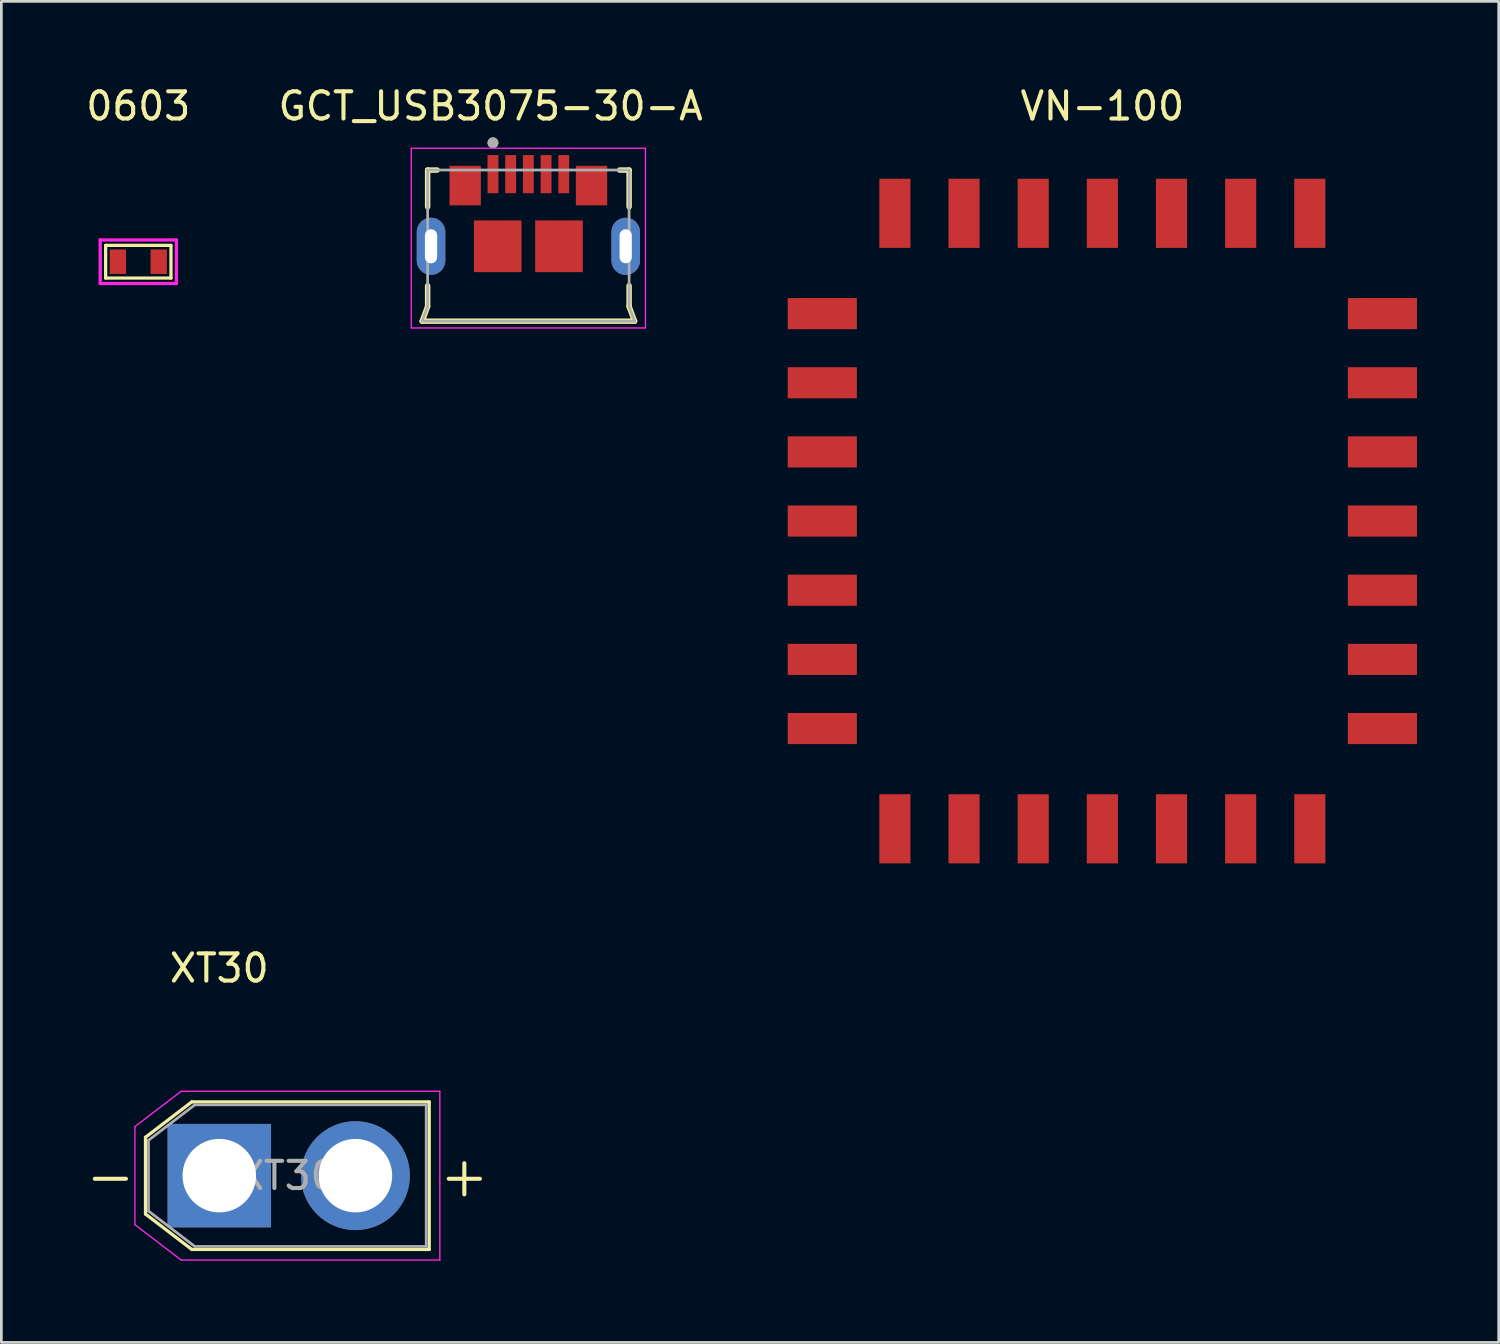
<source format=kicad_pcb>
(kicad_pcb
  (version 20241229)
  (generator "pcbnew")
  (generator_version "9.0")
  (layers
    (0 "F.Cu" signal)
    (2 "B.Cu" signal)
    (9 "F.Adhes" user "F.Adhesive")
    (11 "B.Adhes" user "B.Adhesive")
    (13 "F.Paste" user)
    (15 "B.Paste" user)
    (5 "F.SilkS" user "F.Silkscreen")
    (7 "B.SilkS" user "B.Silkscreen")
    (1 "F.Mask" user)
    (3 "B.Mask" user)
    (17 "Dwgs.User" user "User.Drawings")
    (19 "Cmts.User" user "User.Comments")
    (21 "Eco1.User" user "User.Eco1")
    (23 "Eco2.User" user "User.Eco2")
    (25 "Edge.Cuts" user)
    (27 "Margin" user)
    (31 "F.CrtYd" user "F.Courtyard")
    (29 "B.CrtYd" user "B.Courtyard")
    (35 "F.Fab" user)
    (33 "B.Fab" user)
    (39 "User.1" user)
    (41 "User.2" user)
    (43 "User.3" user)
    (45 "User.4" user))
  (footprint "XT30"
    (layer "F.Cu")
    (at 5.004 40.13)
    (property "Reference" "XT30" (at 0 -7.62 0) (layer "F.SilkS") (effects (font (size 1 1) (thickness 0.15))))
    (attr through_hole)
    (fp_line (start -2.71 -1.41) (end -2.71 1.41) (stroke (width 0.12) (type solid)) (layer "F.SilkS"))
    (fp_line (start -2.71 -1.41) (end -1.01 -2.71) (stroke (width 0.12) (type solid)) (layer "F.SilkS"))
    (fp_line (start -2.71 1.41) (end -1.01 2.71) (stroke (width 0.12) (type solid)) (layer "F.SilkS"))
    (fp_line (start -1.01 -2.71) (end 7.71 -2.71) (stroke (width 0.12) (type solid)) (layer "F.SilkS"))
    (fp_line (start -1.01 2.71) (end 7.71 2.71) (stroke (width 0.12) (type solid)) (layer "F.SilkS"))
    (fp_line (start 7.71 -2.71) (end 7.71 2.71) (stroke (width 0.12) (type solid)) (layer "F.SilkS"))
    (fp_line (start -3.1 -1.8) (end -3.1 1.8) (stroke (width 0.05) (type solid)) (layer "F.CrtYd"))
    (fp_line (start -3.1 -1.8) (end -1.4 -3.1) (stroke (width 0.05) (type solid)) (layer "F.CrtYd"))
    (fp_line (start -3.1 1.8) (end -1.4 3.1) (stroke (width 0.05) (type solid)) (layer "F.CrtYd"))
    (fp_line (start -1.4 -3.1) (end 8.1 -3.1) (stroke (width 0.05) (type solid)) (layer "F.CrtYd"))
    (fp_line (start -1.4 3.1) (end 8.1 3.1) (stroke (width 0.05) (type solid)) (layer "F.CrtYd"))
    (fp_line (start 8.1 -3.1) (end 8.1 3.1) (stroke (width 0.05) (type solid)) (layer "F.CrtYd"))
    (fp_line (start -2.6 -1.3) (end -2.6 1.3) (stroke (width 0.1) (type solid)) (layer "F.Fab"))
    (fp_line (start -2.6 -1.3) (end -0.9 -2.6) (stroke (width 0.1) (type solid)) (layer "F.Fab"))
    (fp_line (start -2.6 1.3) (end -0.9 2.6) (stroke (width 0.1) (type solid)) (layer "F.Fab"))
    (fp_line (start -0.9 -2.6) (end 7.6 -2.6) (stroke (width 0.1) (type solid)) (layer "F.Fab"))
    (fp_line (start -0.9 2.6) (end 7.6 2.6) (stroke (width 0.1) (type solid)) (layer "F.Fab"))
    (fp_line (start 7.6 -2.6) (end 7.6 2.6) (stroke (width 0.1) (type solid)) (layer "F.Fab"))
    (fp_text user "+" (at 9 0 0) (layer "F.SilkS") (effects (font (size 1.5 1.5) (thickness 0.15))))
    (fp_text user "-" (at -4 0 0) (layer "F.SilkS") (effects (font (size 1.5 1.5) (thickness 0.15))))
    (fp_text user "${REFERENCE}" (at 2.5 0 0) (layer "F.Fab") (effects (font (size 1 1) (thickness 0.15))))
    (pad "1" thru_hole rect (at 0 0) (size 3.8 3.8) (drill 2.7) (layers "*.Cu" "*.Mask"))
    (pad "2" thru_hole circle (at 5 0) (size 4 4) (drill 2.7) (layers "*.Cu" "*.Mask")))
  (footprint "GCT_USB3075-30-A"
    (layer "F.Cu")
    (at 15.056 3.346)
    (property "Reference" "GCT_USB3075-30-A" (at -0.086 -2.498 0) (layer "F.SilkS") (effects (font (size 1 1) (thickness 0.15))))
    (attr through_hole)
    (fp_line (start -2.6 5.4) (end -2.4 4.86) (stroke (width 0.2) (type solid)) (layer "F.SilkS"))
    (fp_line (start -2.6 5.4) (end 5.2 5.4) (stroke (width 0.2) (type solid)) (layer "F.SilkS"))
    (fp_line (start -2.4 -0.15) (end -2.05 -0.15) (stroke (width 0.2) (type solid)) (layer "F.SilkS"))
    (fp_line (start -2.4 1.2) (end -2.4 -0.15) (stroke (width 0.2) (type solid)) (layer "F.SilkS"))
    (fp_line (start -2.4 4.86) (end -2.4 4.1) (stroke (width 0.2) (type solid)) (layer "F.SilkS"))
    (fp_line (start 4.65 -0.15) (end 5 -0.15) (stroke (width 0.2) (type solid)) (layer "F.SilkS"))
    (fp_line (start 5 1.2) (end 5 -0.15) (stroke (width 0.2) (type solid)) (layer "F.SilkS"))
    (fp_line (start 5 4.86) (end 5 4.1) (stroke (width 0.2) (type solid)) (layer "F.SilkS"))
    (fp_line (start 5 4.86) (end 5.2 5.4) (stroke (width 0.2) (type solid)) (layer "F.SilkS"))
    (fp_circle (center 0 -1.15) (end 0.1 -1.15) (stroke (width 0.2) (type solid)) (fill no) (layer "F.SilkS"))
    (fp_line (start -3 -0.95) (end 5.6 -0.95) (stroke (width 0.05) (type solid)) (layer "F.CrtYd"))
    (fp_line (start -3 5.65) (end -3 -0.95) (stroke (width 0.05) (type solid)) (layer "F.CrtYd"))
    (fp_line (start -3 5.65) (end 5.6 5.65) (stroke (width 0.05) (type solid)) (layer "F.CrtYd"))
    (fp_line (start 5.6 5.65) (end 5.6 -0.95) (stroke (width 0.05) (type solid)) (layer "F.CrtYd"))
    (fp_line (start -2.6 5.4) (end -2.4 4.86) (stroke (width 0.1) (type solid)) (layer "F.Fab"))
    (fp_line (start -2.6 5.4) (end 5.2 5.4) (stroke (width 0.1) (type solid)) (layer "F.Fab"))
    (fp_line (start -2.4 -0.15) (end 5 -0.15) (stroke (width 0.1) (type solid)) (layer "F.Fab"))
    (fp_line (start -2.4 4.86) (end -2.4 -0.15) (stroke (width 0.1) (type solid)) (layer "F.Fab"))
    (fp_line (start 5 4.86) (end 5 -0.15) (stroke (width 0.1) (type solid)) (layer "F.Fab"))
    (fp_line (start 5 4.86) (end 5.2 5.4) (stroke (width 0.1) (type solid)) (layer "F.Fab"))
    (fp_circle (center 0 -1.15) (end 0.1 -1.15) (stroke (width 0.2) (type solid)) (fill no) (layer "F.Fab"))
    (pad "1" smd rect (at 0 0) (size 0.4 1.4) (layers "F.Cu" "F.Mask" "F.Paste"))
    (pad "2" smd rect (at 0.65 0) (size 0.4 1.4) (layers "F.Cu" "F.Mask" "F.Paste"))
    (pad "3" smd rect (at 1.3 0) (size 0.4 1.4) (layers "F.Cu" "F.Mask" "F.Paste"))
    (pad "4" smd rect (at 1.95 0) (size 0.4 1.4) (layers "F.Cu" "F.Mask" "F.Paste"))
    (pad "5" smd rect (at 2.6 0) (size 0.4 1.4) (layers "F.Cu" "F.Mask" "F.Paste"))
    (pad "S1" smd rect (at -1.02 0.42) (size 1.15 1.45) (layers "F.Cu" "F.Mask" "F.Paste"))
    (pad "S2" smd rect (at 3.62 0.42) (size 1.15 1.45) (layers "F.Cu" "F.Mask" "F.Paste"))
    (pad "S3" smd rect (at 0.175 2.65) (size 1.75 1.9) (layers "F.Cu" "F.Mask" "F.Paste"))
    (pad "S4" smd rect (at 2.425 2.65) (size 1.75 1.9) (layers "F.Cu" "F.Mask" "F.Paste"))
    (pad "S5" thru_hole oval (at -2.275 2.65) (size 1.05 2.1) (drill oval 0.45 1.25) (layers "*.Cu" "*.Mask"))
    (pad "S6" thru_hole oval (at 4.875 2.65) (size 1.05 2.1) (drill oval 0.45 1.25) (layers "*.Cu" "*.Mask")))
  (footprint "VN-100"
    (layer "F.Cu")
    (at 37.438 16.088)
    (property "Reference" "VN-100" (at 0 -15.24 0) (layer "F.SilkS") (effects (font (size 1 1) (thickness 0.15))))
    (attr through_hole)
    (pad "1" smd rect (at -10.287 -7.62 90) (size 1.143 2.54) (layers "F.Cu" "F.Mask" "F.Paste"))
    (pad "1" smd rect (at -10.287 -5.08 90) (size 1.143 2.54) (layers "F.Cu" "F.Mask" "F.Paste"))
    (pad "1" smd rect (at -10.287 -2.54 90) (size 1.143 2.54) (layers "F.Cu" "F.Mask" "F.Paste"))
    (pad "1" smd rect (at -10.287 0 90) (size 1.143 2.54) (layers "F.Cu" "F.Mask" "F.Paste"))
    (pad "1" smd rect (at -10.287 2.54 90) (size 1.143 2.54) (layers "F.Cu" "F.Mask" "F.Paste"))
    (pad "1" smd rect (at -10.287 5.08 90) (size 1.143 2.54) (layers "F.Cu" "F.Mask" "F.Paste"))
    (pad "1" smd rect (at -10.287 7.62 90) (size 1.143 2.54) (layers "F.Cu" "F.Mask" "F.Paste"))
    (pad "1" smd rect (at -7.62 -11.303) (size 1.143 2.54) (layers "F.Cu" "F.Mask" "F.Paste"))
    (pad "1" smd rect (at -7.62 11.303 180) (size 1.143 2.54) (layers "F.Cu" "F.Mask" "F.Paste"))
    (pad "1" smd rect (at -5.08 -11.303) (size 1.143 2.54) (layers "F.Cu" "F.Mask" "F.Paste"))
    (pad "1" smd rect (at -5.08 11.303 180) (size 1.143 2.54) (layers "F.Cu" "F.Mask" "F.Paste"))
    (pad "1" smd rect (at -2.54 -11.303) (size 1.143 2.54) (layers "F.Cu" "F.Mask" "F.Paste"))
    (pad "1" smd rect (at -2.54 11.303 180) (size 1.143 2.54) (layers "F.Cu" "F.Mask" "F.Paste"))
    (pad "1" smd rect (at 0 -11.303) (size 1.143 2.54) (layers "F.Cu" "F.Mask" "F.Paste"))
    (pad "1" smd rect (at 0 11.303 180) (size 1.143 2.54) (layers "F.Cu" "F.Mask" "F.Paste"))
    (pad "1" smd rect (at 2.54 -11.303) (size 1.143 2.54) (layers "F.Cu" "F.Mask" "F.Paste"))
    (pad "1" smd rect (at 2.54 11.303 180) (size 1.143 2.54) (layers "F.Cu" "F.Mask" "F.Paste"))
    (pad "1" smd rect (at 5.08 -11.303) (size 1.143 2.54) (layers "F.Cu" "F.Mask" "F.Paste"))
    (pad "1" smd rect (at 5.08 11.303 180) (size 1.143 2.54) (layers "F.Cu" "F.Mask" "F.Paste"))
    (pad "1" smd rect (at 7.62 -11.303) (size 1.143 2.54) (layers "F.Cu" "F.Mask" "F.Paste"))
    (pad "1" smd rect (at 7.62 11.303) (size 1.143 2.54) (layers "F.Cu" "F.Mask" "F.Paste"))
    (pad "1" smd rect (at 10.287 -7.62 90) (size 1.143 2.54) (layers "F.Cu" "F.Mask" "F.Paste"))
    (pad "1" smd rect (at 10.287 -5.08 90) (size 1.143 2.54) (layers "F.Cu" "F.Mask" "F.Paste"))
    (pad "1" smd rect (at 10.287 -2.54 90) (size 1.143 2.54) (layers "F.Cu" "F.Mask" "F.Paste"))
    (pad "1" smd rect (at 10.287 0 90) (size 1.143 2.54) (layers "F.Cu" "F.Mask" "F.Paste"))
    (pad "1" smd rect (at 10.287 2.54 90) (size 1.143 2.54) (layers "F.Cu" "F.Mask" "F.Paste"))
    (pad "1" smd rect (at 10.287 5.08 90) (size 1.143 2.54) (layers "F.Cu" "F.Mask" "F.Paste"))
    (pad "1" smd rect (at 10.287 7.62 90) (size 1.143 2.54) (layers "F.Cu" "F.Mask" "F.Paste")))
  (footprint "0603"
    (layer "F.Cu")
    (at 2.03 6.563)
    (property "Reference" "0603" (at 0 -5.715 0) (layer "F.SilkS") (effects (font (size 1 1) (thickness 0.15))))
    (attr through_hole)
    (fp_line (start -1.2 -0.6) (end -1.2 0.6) (stroke (width 0.12) (type solid)) (layer "F.SilkS"))
    (fp_line (start -1.2 0.6) (end 1.2 0.6) (stroke (width 0.12) (type solid)) (layer "F.SilkS"))
    (fp_line (start 1.2 -0.6) (end -1.2 -0.6) (stroke (width 0.12) (type solid)) (layer "F.SilkS"))
    (fp_line (start 1.2 0.6) (end 1.2 -0.6) (stroke (width 0.12) (type solid)) (layer "F.SilkS"))
    (fp_line (start -1.4 -0.8) (end 1.4 -0.8) (stroke (width 0.12) (type solid)) (layer "F.CrtYd"))
    (fp_line (start -1.4 0.8) (end -1.4 -0.8) (stroke (width 0.12) (type solid)) (layer "F.CrtYd"))
    (fp_line (start 1.4 -0.8) (end 1.4 0.8) (stroke (width 0.12) (type solid)) (layer "F.CrtYd"))
    (fp_line (start 1.4 0.8) (end -1.4 0.8) (stroke (width 0.12) (type solid)) (layer "F.CrtYd"))
    (pad "1" smd rect (at -0.75 0) (size 0.6 0.9) (layers "F.Cu" "F.Mask" "F.Paste"))
    (pad "2" smd rect (at 0.75 0) (size 0.6 0.9) (layers "F.Cu" "F.Mask" "F.Paste")))
  (gr_rect
    (start -3 -3)
    (end 51.995 46.255)
    (stroke (width 0.1) (type default))
    (fill no)
    (layer "Edge.Cuts")))
</source>
